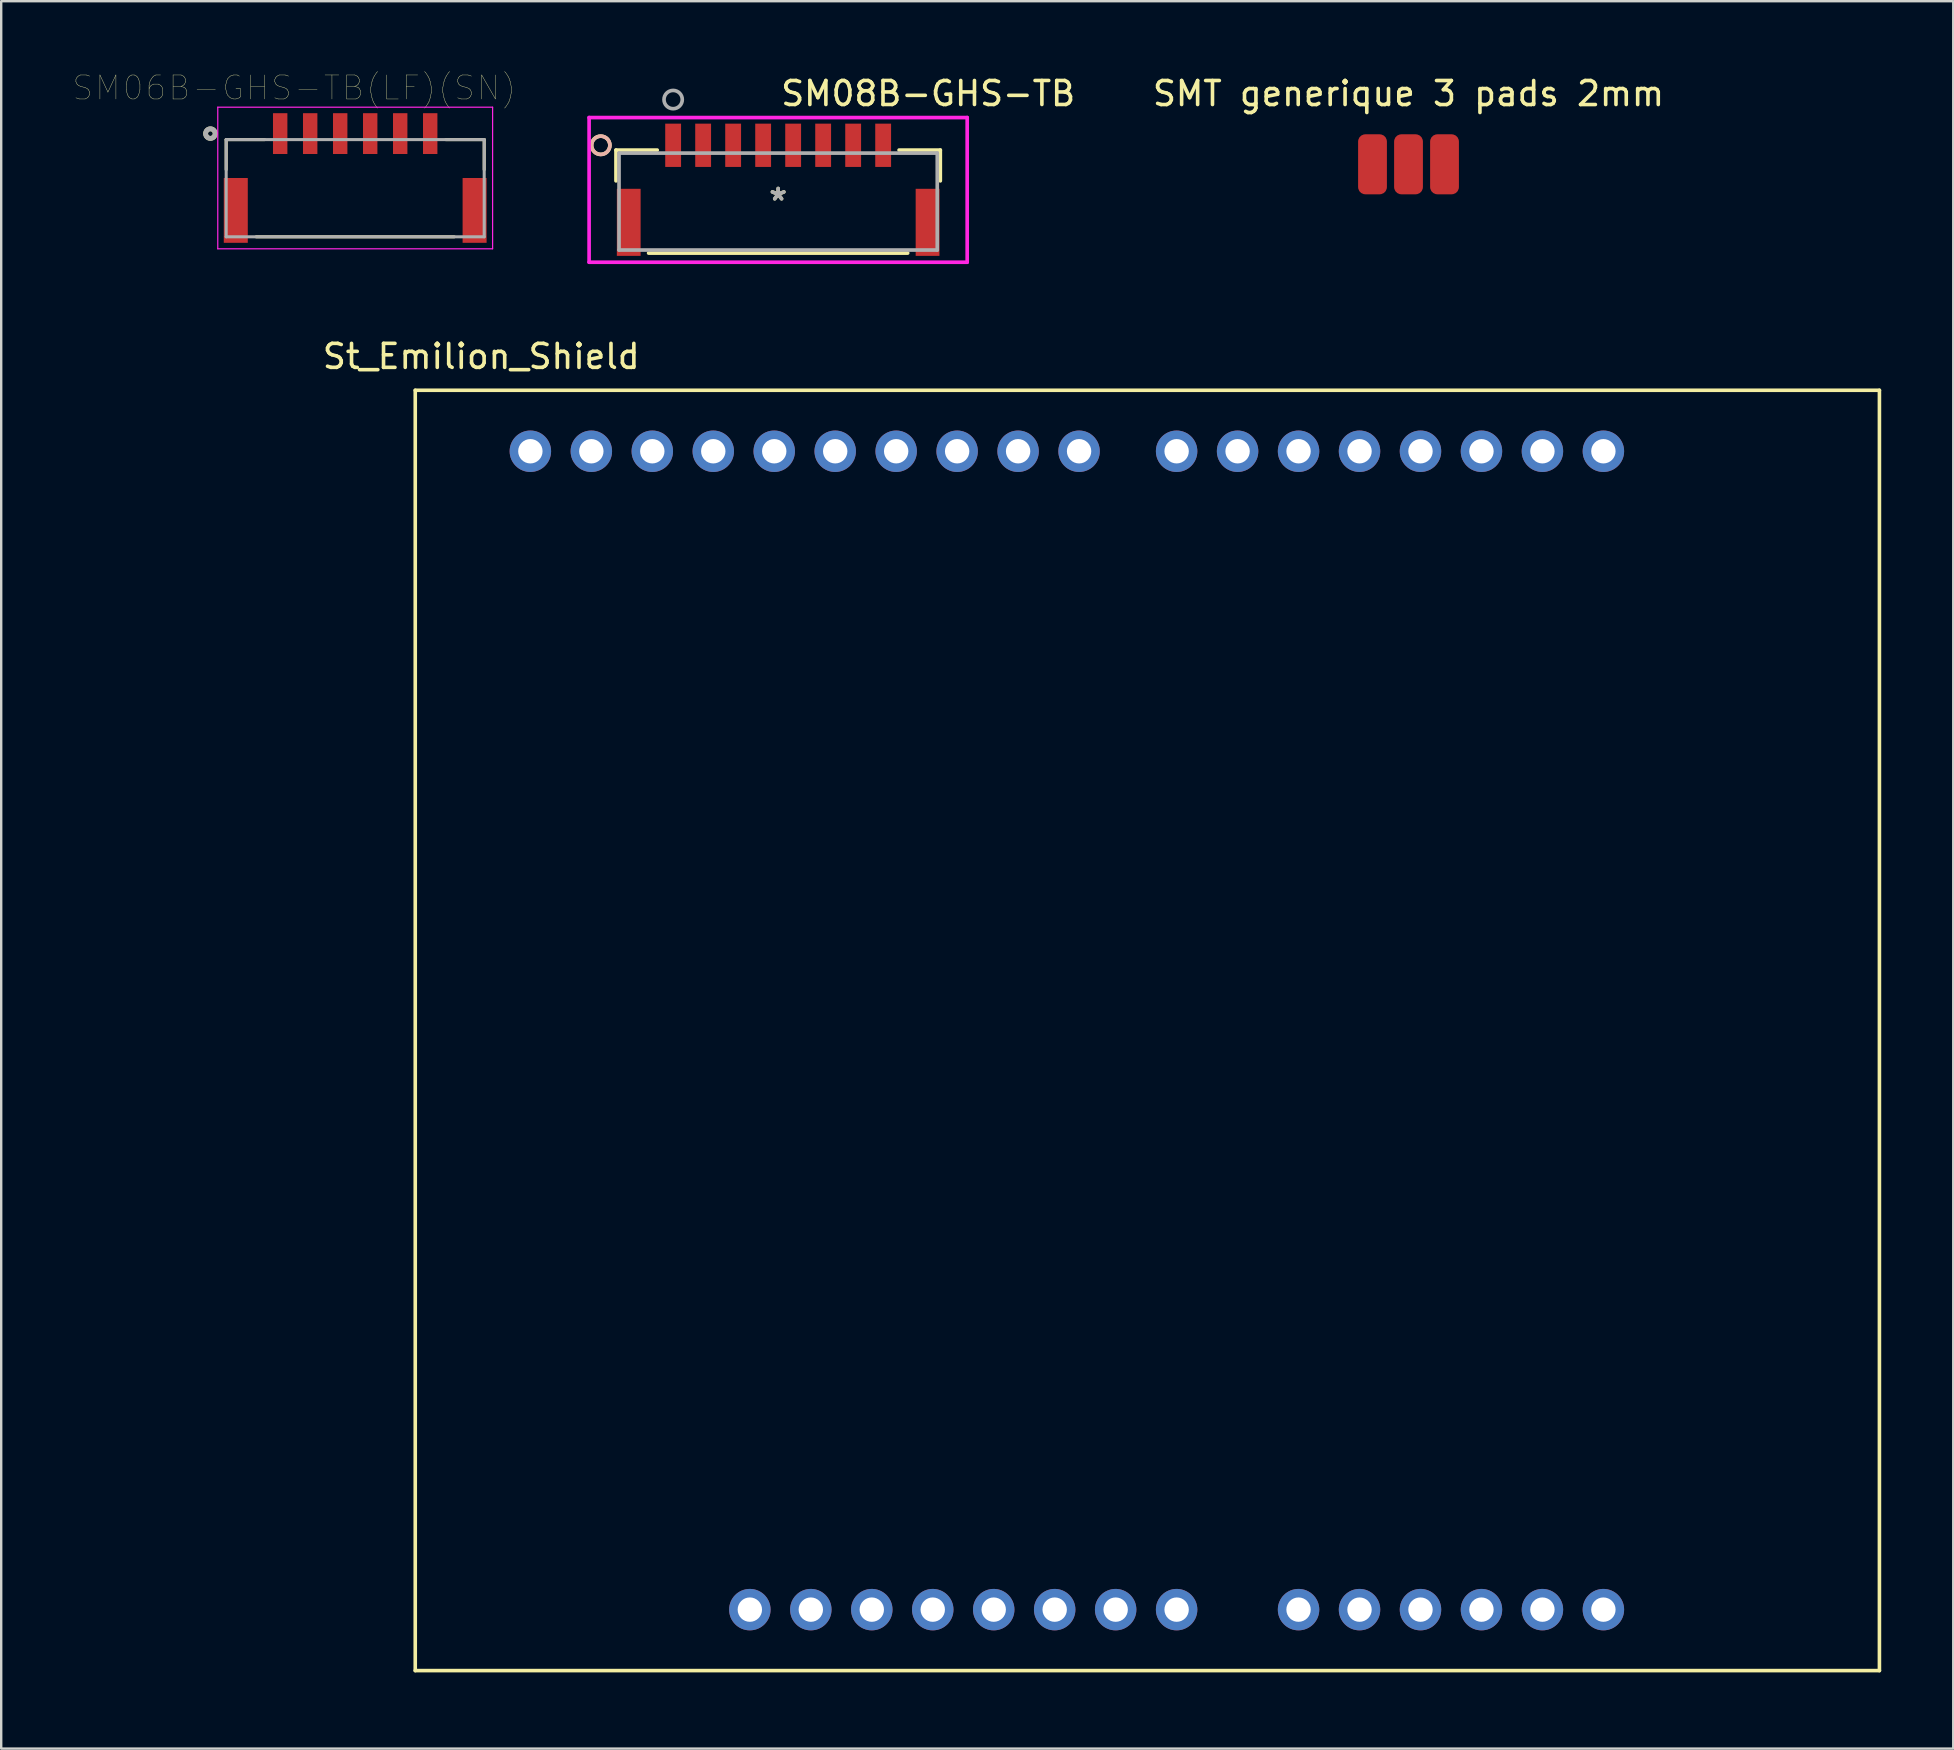
<source format=kicad_pcb>
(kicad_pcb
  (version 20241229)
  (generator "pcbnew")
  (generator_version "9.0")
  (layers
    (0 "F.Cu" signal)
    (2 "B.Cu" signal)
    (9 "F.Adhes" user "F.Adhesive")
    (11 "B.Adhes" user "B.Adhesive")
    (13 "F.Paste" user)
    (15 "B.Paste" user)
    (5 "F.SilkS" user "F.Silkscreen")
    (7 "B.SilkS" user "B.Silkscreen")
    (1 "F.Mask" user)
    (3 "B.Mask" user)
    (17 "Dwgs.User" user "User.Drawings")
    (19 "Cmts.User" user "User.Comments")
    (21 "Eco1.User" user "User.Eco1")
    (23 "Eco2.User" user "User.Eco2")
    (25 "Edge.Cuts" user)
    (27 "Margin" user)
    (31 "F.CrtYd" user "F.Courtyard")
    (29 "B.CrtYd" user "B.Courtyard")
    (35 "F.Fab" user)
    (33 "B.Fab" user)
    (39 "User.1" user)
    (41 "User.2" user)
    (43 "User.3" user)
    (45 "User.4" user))
  (footprint "SMT generique 3 pads 2mm"
    (layer "F.Cu")
    (at 55.631 3.795)
    (property "Reference" "SMT generique 3 pads 2mm" (at 0 -2.946 0) (layer "F.SilkS") (effects (font (size 1 1) (thickness 0.15))))
    (attr smd)
    (pad "1" smd roundrect (at -1.5 0) (size 1.2 2.5) (layers "F.Cu" "F.Mask" "F.Paste") (roundrect_rratio 0.25))
    (pad "2" smd roundrect (at 0 0) (size 1.2 2.5) (layers "F.Cu" "F.Mask" "F.Paste") (roundrect_rratio 0.25))
    (pad "3" smd roundrect (at 1.5 0) (size 1.2 2.5) (layers "F.Cu" "F.Mask" "F.Paste") (roundrect_rratio 0.25)))
  (footprint "SM06B-GHS-TB(LF)(SN)"
    (layer "F.Cu")
    (at 11.748 4.391)
    (property "Reference" "SM06B-GHS-TB(LF)(SN)" (at -2.54 -3.78 0) (layer "F.SilkS") (effects (font (size 1 1) (thickness 0.015))))
    (attr through_hole)
    (fp_line (start -5.375 -1.625) (end -5.375 -0.375) (stroke (width 0.127) (type solid)) (layer "F.SilkS"))
    (fp_line (start -5.375 -1.625) (end -3.775 -1.625) (stroke (width 0.127) (type solid)) (layer "F.SilkS"))
    (fp_line (start -4.125 2.425) (end 4.125 2.425) (stroke (width 0.127) (type solid)) (layer "F.SilkS"))
    (fp_line (start 5.375 -1.625) (end 3.775 -1.625) (stroke (width 0.127) (type solid)) (layer "F.SilkS"))
    (fp_line (start 5.375 -1.625) (end 5.375 -0.375) (stroke (width 0.127) (type solid)) (layer "F.SilkS"))
    (fp_circle (center -6.032 -1.875) (end -5.933 -1.875) (stroke (width 0.2) (type solid)) (fill no) (layer "F.SilkS"))
    (fp_line (start -5.725 -2.975) (end -5.725 2.925) (stroke (width 0.05) (type solid)) (layer "F.CrtYd"))
    (fp_line (start -5.725 2.925) (end 5.725 2.925) (stroke (width 0.05) (type solid)) (layer "F.CrtYd"))
    (fp_line (start 5.725 -2.975) (end -5.725 -2.975) (stroke (width 0.05) (type solid)) (layer "F.CrtYd"))
    (fp_line (start 5.725 2.925) (end 5.725 -2.975) (stroke (width 0.05) (type solid)) (layer "F.CrtYd"))
    (fp_line (start -5.375 -1.625) (end -5.375 2.425) (stroke (width 0.127) (type solid)) (layer "F.Fab"))
    (fp_line (start -5.375 2.425) (end 5.375 2.425) (stroke (width 0.127) (type solid)) (layer "F.Fab"))
    (fp_line (start 5.375 -1.625) (end -5.375 -1.625) (stroke (width 0.127) (type solid)) (layer "F.Fab"))
    (fp_line (start 5.375 2.425) (end 5.375 -1.625) (stroke (width 0.127) (type solid)) (layer "F.Fab"))
    (fp_circle (center -6.032 -1.875) (end -5.933 -1.875) (stroke (width 0.2) (type solid)) (fill no) (layer "F.Fab"))
    (pad "1" smd rect (at -3.125 -1.875) (size 0.6 1.7) (layers "F.Cu" "F.Mask" "F.Paste"))
    (pad "2" smd rect (at -1.875 -1.875) (size 0.6 1.7) (layers "F.Cu" "F.Mask" "F.Paste"))
    (pad "3" smd rect (at -0.625 -1.875) (size 0.6 1.7) (layers "F.Cu" "F.Mask" "F.Paste"))
    (pad "4" smd rect (at 0.625 -1.875) (size 0.6 1.7) (layers "F.Cu" "F.Mask" "F.Paste"))
    (pad "5" smd rect (at 1.875 -1.875) (size 0.6 1.7) (layers "F.Cu" "F.Mask" "F.Paste"))
    (pad "6" smd rect (at 3.125 -1.875) (size 0.6 1.7) (layers "F.Cu" "F.Mask" "F.Paste"))
    (pad "SH1" smd rect (at -4.975 1.325) (size 1 2.7) (layers "F.Cu" "F.Mask" "F.Paste"))
    (pad "SH2" smd rect (at 4.975 1.325) (size 1 2.7) (layers "F.Cu" "F.Mask" "F.Paste")))
  (footprint "St_Emilion_Shield"
    (layer "F.Cu")
    (at 0.25 66.55)
    (property "Reference" "St_Emilion_Shield" (at 16.75 -54.75 0) (layer "F.SilkS") (effects (font (size 1 1) (thickness 0.15))))
    (attr through_hole)
    (fp_line (start 14 -53.34) (end 14 0) (stroke (width 0.15) (type solid)) (layer "F.SilkS"))
    (fp_line (start 14 -53.34) (end 75 -53.34) (stroke (width 0.15) (type solid)) (layer "F.SilkS"))
    (fp_line (start 14 0) (end 75 0) (stroke (width 0.15) (type solid)) (layer "F.SilkS"))
    (fp_line (start 75 -53.34) (end 75 0) (stroke (width 0.15) (type solid)) (layer "F.SilkS"))
    (pad "" thru_hole oval (at 27.94 -2.54) (size 1.727 1.727) (drill 1.016) (layers "*.Cu" "*.Mask"))
    (pad "3V3" thru_hole oval (at 35.56 -2.54) (size 1.727 1.727) (drill 1.016) (layers "*.Cu" "*.Mask"))
    (pad "5V1" thru_hole oval (at 38.1 -2.54) (size 1.727 1.727) (drill 1.016) (layers "*.Cu" "*.Mask"))
    (pad "A0" thru_hole oval (at 50.8 -2.54) (size 1.727 1.727) (drill 1.016) (layers "*.Cu" "*.Mask"))
    (pad "A1" thru_hole oval (at 53.34 -2.54) (size 1.727 1.727) (drill 1.016) (layers "*.Cu" "*.Mask"))
    (pad "A2" thru_hole oval (at 55.88 -2.54) (size 1.727 1.727) (drill 1.016) (layers "*.Cu" "*.Mask"))
    (pad "A3" thru_hole oval (at 58.42 -2.54) (size 1.727 1.727) (drill 1.016) (layers "*.Cu" "*.Mask"))
    (pad "A4" thru_hole oval (at 60.96 -2.54) (size 1.727 1.727) (drill 1.016) (layers "*.Cu" "*.Mask"))
    (pad "A5" thru_hole oval (at 63.5 -2.54) (size 1.727 1.727) (drill 1.016) (layers "*.Cu" "*.Mask"))
    (pad "AREF" thru_hole oval (at 23.876 -50.8) (size 1.727 1.727) (drill 1.016) (layers "*.Cu" "*.Mask"))
    (pad "D0" thru_hole oval (at 63.5 -50.8) (size 1.727 1.727) (drill 1.016) (layers "*.Cu" "*.Mask"))
    (pad "D1" thru_hole oval (at 60.96 -50.8) (size 1.727 1.727) (drill 1.016) (layers "*.Cu" "*.Mask"))
    (pad "D2" thru_hole oval (at 58.42 -50.8) (size 1.727 1.727) (drill 1.016) (layers "*.Cu" "*.Mask"))
    (pad "D3" thru_hole oval (at 55.88 -50.8) (size 1.727 1.727) (drill 1.016) (layers "*.Cu" "*.Mask"))
    (pad "D4" thru_hole oval (at 53.34 -50.8) (size 1.727 1.727) (drill 1.016) (layers "*.Cu" "*.Mask"))
    (pad "D5" thru_hole oval (at 50.8 -50.8) (size 1.727 1.727) (drill 1.016) (layers "*.Cu" "*.Mask"))
    (pad "D6" thru_hole oval (at 48.26 -50.8) (size 1.727 1.727) (drill 1.016) (layers "*.Cu" "*.Mask"))
    (pad "D7" thru_hole oval (at 45.72 -50.8) (size 1.727 1.727) (drill 1.016) (layers "*.Cu" "*.Mask"))
    (pad "D8" thru_hole oval (at 41.656 -50.8) (size 1.727 1.727) (drill 1.016) (layers "*.Cu" "*.Mask"))
    (pad "D9" thru_hole oval (at 39.116 -50.8) (size 1.727 1.727) (drill 1.016) (layers "*.Cu" "*.Mask"))
    (pad "D10" thru_hole oval (at 36.576 -50.8) (size 1.727 1.727) (drill 1.016) (layers "*.Cu" "*.Mask"))
    (pad "D11" thru_hole oval (at 34.036 -50.8) (size 1.727 1.727) (drill 1.016) (layers "*.Cu" "*.Mask"))
    (pad "D12" thru_hole oval (at 31.496 -50.8) (size 1.727 1.727) (drill 1.016) (layers "*.Cu" "*.Mask"))
    (pad "D13" thru_hole oval (at 28.956 -50.8) (size 1.727 1.727) (drill 1.016) (layers "*.Cu" "*.Mask"))
    (pad "GND1" thru_hole oval (at 26.416 -50.8) (size 1.727 1.727) (drill 1.016) (layers "*.Cu" "*.Mask"))
    (pad "GND2" thru_hole oval (at 40.64 -2.54) (size 1.727 1.727) (drill 1.016) (layers "*.Cu" "*.Mask"))
    (pad "GND3" thru_hole oval (at 43.18 -2.54) (size 1.727 1.727) (drill 1.016) (layers "*.Cu" "*.Mask"))
    (pad "IORF" thru_hole oval (at 30.48 -2.54) (size 1.727 1.727) (drill 1.016) (layers "*.Cu" "*.Mask"))
    (pad "RST1" thru_hole oval (at 33.02 -2.54) (size 1.727 1.727) (drill 1.016) (layers "*.Cu" "*.Mask"))
    (pad "SCL" thru_hole oval (at 18.796 -50.8) (size 1.727 1.727) (drill 1.016) (layers "*.Cu" "*.Mask"))
    (pad "SDA" thru_hole oval (at 21.336 -50.8) (size 1.727 1.727) (drill 1.016) (layers "*.Cu" "*.Mask"))
    (pad "VIN" thru_hole oval (at 45.72 -2.54) (size 1.727 1.727) (drill 1.016) (layers "*.Cu" "*.Mask")))
  (footprint "SM08B-GHS-TB"
    (layer "F.Cu")
    (at 29.369 5.348)
    (property "Reference" "SM08B-GHS-TB" (at 6.25 -4.5 0) (layer "F.SilkS") (effects (font (size 1 1) (thickness 0.15))))
    (attr smd)
    (fp_line (start -6.756 -2.146) (end -6.756 -0.863) (stroke (width 0.152) (type solid)) (layer "F.SilkS"))
    (fp_line (start -5.397 2.146) (end 5.397 2.146) (stroke (width 0.152) (type solid)) (layer "F.SilkS"))
    (fp_line (start -5.038 -2.146) (end -6.756 -2.146) (stroke (width 0.152) (type solid)) (layer "F.SilkS"))
    (fp_line (start 6.756 -2.146) (end 5.038 -2.146) (stroke (width 0.152) (type solid)) (layer "F.SilkS"))
    (fp_line (start 6.756 -0.863) (end 6.756 -2.146) (stroke (width 0.152) (type solid)) (layer "F.SilkS"))
    (fp_circle (center -7.391 -2.345) (end -7.01 -2.345) (stroke (width 0.152) (type solid)) (fill no) (layer "F.SilkS"))
    (fp_circle (center -7.391 -2.345) (end -7.01 -2.345) (stroke (width 0.152) (type solid)) (fill no) (layer "B.SilkS"))
    (fp_line (start -7.876 -3.501) (end -7.876 2.527) (stroke (width 0.152) (type solid)) (layer "F.CrtYd"))
    (fp_line (start -7.876 2.527) (end 7.876 2.527) (stroke (width 0.152) (type solid)) (layer "F.CrtYd"))
    (fp_line (start 7.876 -3.501) (end -7.876 -3.501) (stroke (width 0.152) (type solid)) (layer "F.CrtYd"))
    (fp_line (start 7.876 2.527) (end 7.876 -3.501) (stroke (width 0.152) (type solid)) (layer "F.CrtYd"))
    (fp_line (start -6.629 -2.019) (end -6.629 2.019) (stroke (width 0.152) (type solid)) (layer "F.Fab"))
    (fp_line (start -6.629 2.019) (end 6.629 2.019) (stroke (width 0.152) (type solid)) (layer "F.Fab"))
    (fp_line (start 6.629 -2.019) (end -6.629 -2.019) (stroke (width 0.152) (type solid)) (layer "F.Fab"))
    (fp_line (start 6.629 2.019) (end 6.629 -2.019) (stroke (width 0.152) (type solid)) (layer "F.Fab"))
    (fp_circle (center -4.375 -4.25) (end -3.994 -4.25) (stroke (width 0.152) (type solid)) (fill no) (layer "F.Fab"))
    (fp_text user "*" (at 0 0 0) (layer "F.SilkS") (effects (font (size 1 1) (thickness 0.15))))
    (fp_text user "Copyright 2016 Accelerated Designs. All rights reserved." (at 0 0 0) (layer "Cmts.User") (effects (font (size 0.127 0.127) (thickness 0.002))))
    (fp_text user "*" (at 0 0 0) (layer "F.Fab") (effects (font (size 1 1) (thickness 0.15))))
    (pad "1" smd rect (at -4.375 -2.345) (size 0.66 1.803) (layers "F.Cu" "F.Mask" "F.Paste"))
    (pad "2" smd rect (at -3.125 -2.345) (size 0.66 1.803) (layers "F.Cu" "F.Mask" "F.Paste"))
    (pad "3" smd rect (at -1.875 -2.345) (size 0.66 1.803) (layers "F.Cu" "F.Mask" "F.Paste"))
    (pad "4" smd rect (at -0.625 -2.345) (size 0.66 1.803) (layers "F.Cu" "F.Mask" "F.Paste"))
    (pad "5" smd rect (at 0.625 -2.345) (size 0.66 1.803) (layers "F.Cu" "F.Mask" "F.Paste"))
    (pad "6" smd rect (at 1.875 -2.345) (size 0.66 1.803) (layers "F.Cu" "F.Mask" "F.Paste"))
    (pad "7" smd rect (at 3.125 -2.345) (size 0.66 1.803) (layers "F.Cu" "F.Mask" "F.Paste"))
    (pad "8" smd rect (at 4.375 -2.345) (size 0.66 1.803) (layers "F.Cu" "F.Mask" "F.Paste"))
    (pad "9" smd rect (at -6.225 0.865 90) (size 2.794 0.991) (layers "F.Cu" "F.Mask" "F.Paste"))
    (pad "10" smd rect (at 6.225 0.865 90) (size 2.794 0.991) (layers "F.Cu" "F.Mask" "F.Paste")))
  (gr_rect
    (start -3 -3)
    (end 78.325 69.8)
    (stroke (width 0.1) (type default))
    (fill no)
    (layer "Edge.Cuts")))
</source>
